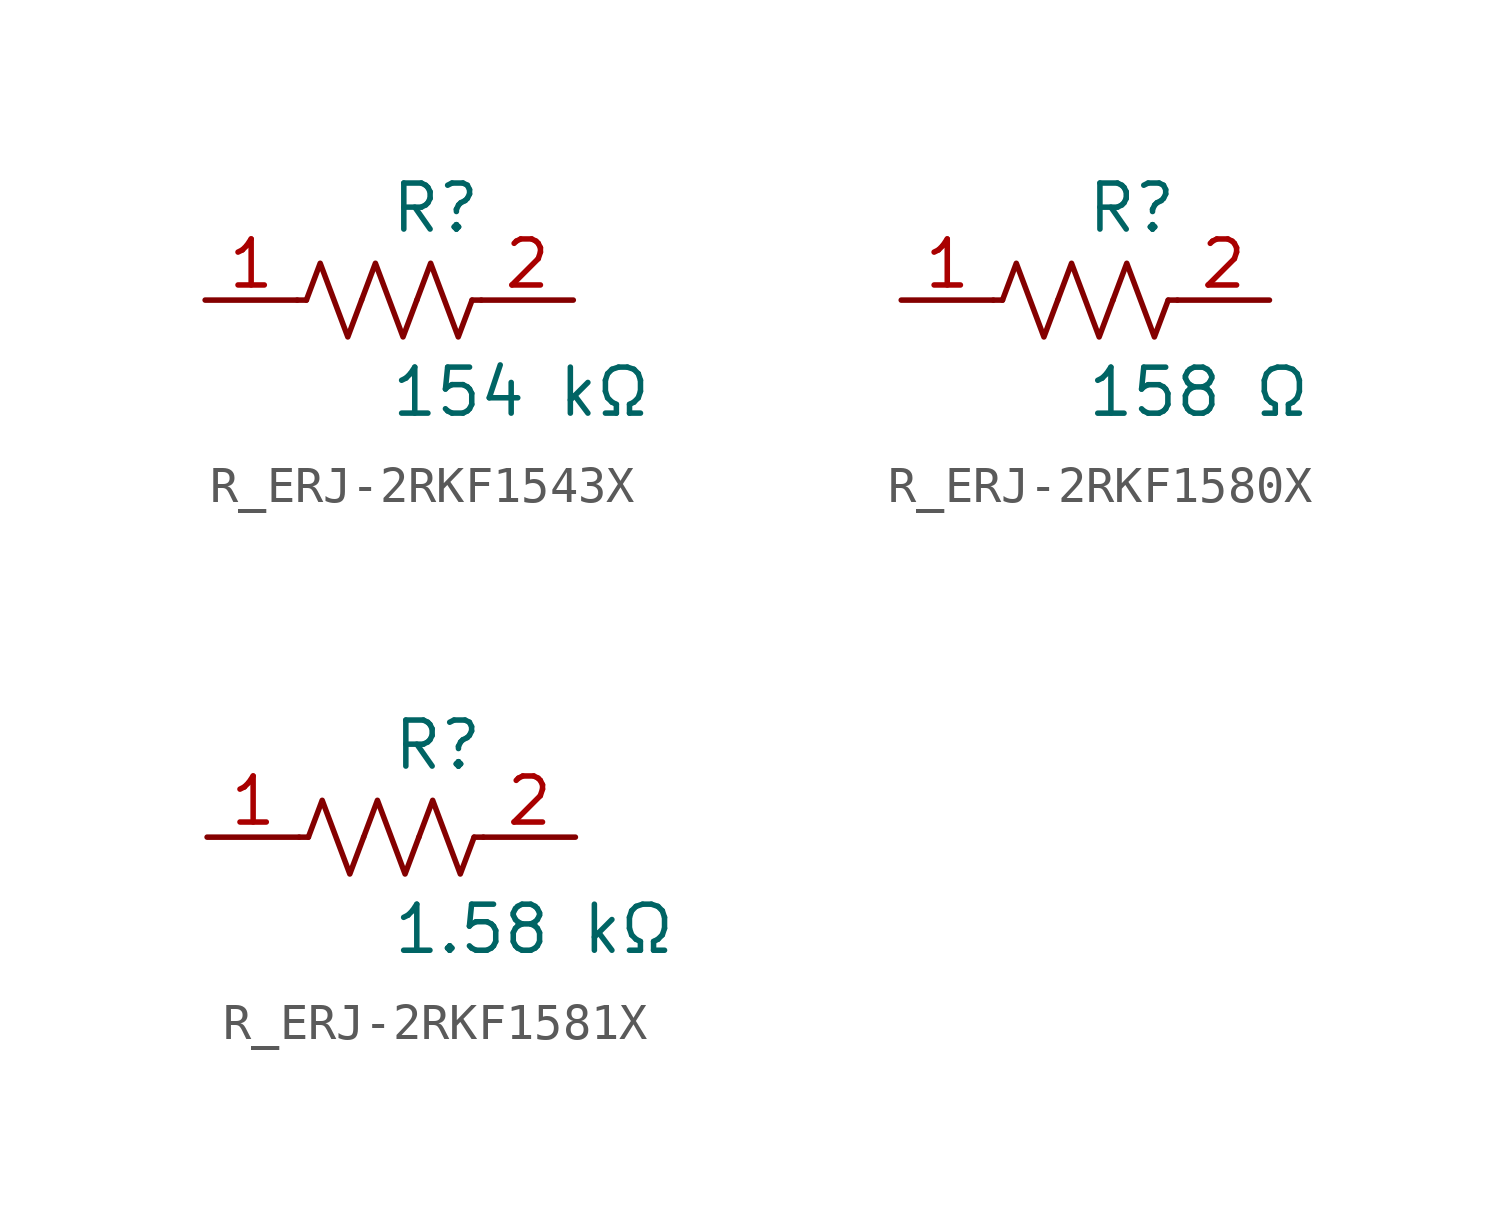
<source format=kicad_sym>
(kicad_symbol_lib
  (version 20231120)
  (generator kicad_symbol_editor)
  (generator_version 8.0)
  (symbol "R_ERJ-2RKF1543X"
    (pin_names
      (offset 0.254))
    (property "Reference" "R"
      (at 0 2.54 0)
      (effects (font (size 1.27 1.27)) (justify left)))
    (property "Value" "154 kΩ"
      (at 0 -2.54 0)
      (effects (font (size 1.27 1.27)) (justify left)))
    (symbol "R_ERJ-2RKF1543X_0_1"
      (polyline (pts (xy 2.286 0) (xy 2.54 0)) (stroke (width 0) (type default)) (fill (type none)))
      (polyline (pts (xy -2.286 0) (xy -2.54 0)) (stroke (width 0) (type default)) (fill (type none)))
      (polyline (pts (xy 0.762 0) (xy 1.143 1.016) (xy 1.524 0) (xy 1.905 -1.016) (xy 2.286 0)) (stroke (width 0) (type default)) (fill (type none)))
      (polyline (pts (xy -0.762 0) (xy -0.381 1.016) (xy 0 0) (xy 0.381 -1.016) (xy 0.762 0)) (stroke (width 0) (type default)) (fill (type none)))
      (polyline (pts (xy -2.286 0) (xy -1.905 1.016) (xy -1.524 0) (xy -1.143 -1.016) (xy -0.762 0)) (stroke (width 0) (type default)) (fill (type none))))
    (pin unspecified line
      (at -5.08 0 0)
      (length 2.54)
      (name "" (effects (font (size 1.27 1.27))))
      (number "1" (effects (font (size 1.27 1.27)))))
    (pin unspecified line
      (at 5.08 0 180)
      (length 2.54)
      (name "" (effects (font (size 1.27 1.27))))
      (number "2" (effects (font (size 1.27 1.27))))))
  (symbol "R_ERJ-2RKF1580X"
    (pin_names
      (offset 0.254))
    (property "Reference" "R"
      (at 0 2.54 0)
      (effects (font (size 1.27 1.27)) (justify left)))
    (property "Value" "158 Ω"
      (at 0 -2.54 0)
      (effects (font (size 1.27 1.27)) (justify left)))
    (symbol "R_ERJ-2RKF1580X_0_1"
      (polyline (pts (xy 2.286 0) (xy 2.54 0)) (stroke (width 0) (type default)) (fill (type none)))
      (polyline (pts (xy -2.286 0) (xy -2.54 0)) (stroke (width 0) (type default)) (fill (type none)))
      (polyline (pts (xy 0.762 0) (xy 1.143 1.016) (xy 1.524 0) (xy 1.905 -1.016) (xy 2.286 0)) (stroke (width 0) (type default)) (fill (type none)))
      (polyline (pts (xy -0.762 0) (xy -0.381 1.016) (xy 0 0) (xy 0.381 -1.016) (xy 0.762 0)) (stroke (width 0) (type default)) (fill (type none)))
      (polyline (pts (xy -2.286 0) (xy -1.905 1.016) (xy -1.524 0) (xy -1.143 -1.016) (xy -0.762 0)) (stroke (width 0) (type default)) (fill (type none))))
    (pin unspecified line
      (at -5.08 0 0)
      (length 2.54)
      (name "" (effects (font (size 1.27 1.27))))
      (number "1" (effects (font (size 1.27 1.27)))))
    (pin unspecified line
      (at 5.08 0 180)
      (length 2.54)
      (name "" (effects (font (size 1.27 1.27))))
      (number "2" (effects (font (size 1.27 1.27))))))
  (symbol "R_ERJ-2RKF1581X"
    (pin_names
      (offset 0.254))
    (property "Reference" "R"
      (at 0 2.54 0)
      (effects (font (size 1.27 1.27)) (justify left)))
    (property "Value" "1.58 kΩ"
      (at 0 -2.54 0)
      (effects (font (size 1.27 1.27)) (justify left)))
    (symbol "R_ERJ-2RKF1581X_0_1"
      (polyline (pts (xy 2.286 0) (xy 2.54 0)) (stroke (width 0) (type default)) (fill (type none)))
      (polyline (pts (xy -2.286 0) (xy -2.54 0)) (stroke (width 0) (type default)) (fill (type none)))
      (polyline (pts (xy 0.762 0) (xy 1.143 1.016) (xy 1.524 0) (xy 1.905 -1.016) (xy 2.286 0)) (stroke (width 0) (type default)) (fill (type none)))
      (polyline (pts (xy -0.762 0) (xy -0.381 1.016) (xy 0 0) (xy 0.381 -1.016) (xy 0.762 0)) (stroke (width 0) (type default)) (fill (type none)))
      (polyline (pts (xy -2.286 0) (xy -1.905 1.016) (xy -1.524 0) (xy -1.143 -1.016) (xy -0.762 0)) (stroke (width 0) (type default)) (fill (type none))))
    (pin unspecified line
      (at -5.08 0 0)
      (length 2.54)
      (name "" (effects (font (size 1.27 1.27))))
      (number "1" (effects (font (size 1.27 1.27)))))
    (pin unspecified line
      (at 5.08 0 180)
      (length 2.54)
      (name "" (effects (font (size 1.27 1.27))))
      (number "2" (effects (font (size 1.27 1.27)))))))
</source>
